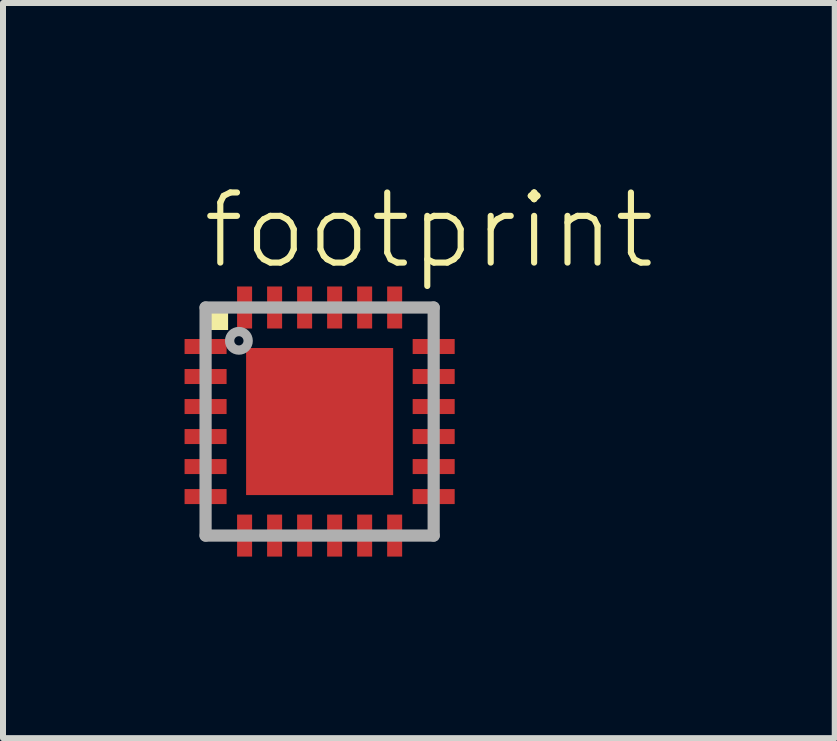
<source format=kicad_pcb>
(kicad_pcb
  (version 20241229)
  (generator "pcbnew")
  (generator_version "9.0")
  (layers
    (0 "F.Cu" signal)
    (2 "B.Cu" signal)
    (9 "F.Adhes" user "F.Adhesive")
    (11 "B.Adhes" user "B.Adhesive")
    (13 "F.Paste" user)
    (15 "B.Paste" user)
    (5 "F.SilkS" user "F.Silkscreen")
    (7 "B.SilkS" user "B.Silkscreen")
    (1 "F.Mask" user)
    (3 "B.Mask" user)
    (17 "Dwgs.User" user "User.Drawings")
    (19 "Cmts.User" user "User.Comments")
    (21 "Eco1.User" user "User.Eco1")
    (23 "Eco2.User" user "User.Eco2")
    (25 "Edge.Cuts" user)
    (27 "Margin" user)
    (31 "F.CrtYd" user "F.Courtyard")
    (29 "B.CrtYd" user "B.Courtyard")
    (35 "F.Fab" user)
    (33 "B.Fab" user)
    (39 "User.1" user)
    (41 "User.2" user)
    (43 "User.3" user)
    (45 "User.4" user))
  (footprint "footprint"
    (layer "F.Cu")
    (at 2.275 3.973)
    (property "Reference" "footprint" (at -2 -2.5 0) (layer "F.SilkS") (effects (font (size 1.168 1.168) (thickness 0.102)) (justify left bottom)))
    (fp_poly (pts (xy -2.275 -1.1) (xy -1.525 -1.1) (xy -1.525 -1.4) (xy -2.275 -1.4)) (stroke (width 0) (type solid)) (fill yes) (layer "F.Mask"))
    (fp_poly (pts (xy -2.275 -0.6) (xy -1.525 -0.6) (xy -1.525 -0.9) (xy -2.275 -0.9)) (stroke (width 0) (type solid)) (fill yes) (layer "F.Mask"))
    (fp_poly (pts (xy -2.275 -0.1) (xy -1.525 -0.1) (xy -1.525 -0.4) (xy -2.275 -0.4)) (stroke (width 0) (type solid)) (fill yes) (layer "F.Mask"))
    (fp_poly (pts (xy -2.275 0.4) (xy -1.525 0.4) (xy -1.525 0.1) (xy -2.275 0.1)) (stroke (width 0) (type solid)) (fill yes) (layer "F.Mask"))
    (fp_poly (pts (xy -2.275 0.9) (xy -1.525 0.9) (xy -1.525 0.6) (xy -2.275 0.6)) (stroke (width 0) (type solid)) (fill yes) (layer "F.Mask"))
    (fp_poly (pts (xy -2.275 1.4) (xy -1.525 1.4) (xy -1.525 1.1) (xy -2.275 1.1)) (stroke (width 0) (type solid)) (fill yes) (layer "F.Mask"))
    (fp_poly (pts (xy -1.4 -2.275) (xy -1.4 -1.525) (xy -1.1 -1.525) (xy -1.1 -2.275)) (stroke (width 0) (type solid)) (fill yes) (layer "F.Mask"))
    (fp_poly (pts (xy -1.1 2.275) (xy -1.1 1.525) (xy -1.4 1.525) (xy -1.4 2.275)) (stroke (width 0) (type solid)) (fill yes) (layer "F.Mask"))
    (fp_poly (pts (xy -0.9 -2.275) (xy -0.9 -1.525) (xy -0.6 -1.525) (xy -0.6 -2.275)) (stroke (width 0) (type solid)) (fill yes) (layer "F.Mask"))
    (fp_poly (pts (xy -0.6 2.275) (xy -0.6 1.525) (xy -0.9 1.525) (xy -0.9 2.275)) (stroke (width 0) (type solid)) (fill yes) (layer "F.Mask"))
    (fp_poly (pts (xy -0.4 -2.275) (xy -0.4 -1.525) (xy -0.1 -1.525) (xy -0.1 -2.275)) (stroke (width 0) (type solid)) (fill yes) (layer "F.Mask"))
    (fp_poly (pts (xy -0.1 2.275) (xy -0.1 1.525) (xy -0.4 1.525) (xy -0.4 2.275)) (stroke (width 0) (type solid)) (fill yes) (layer "F.Mask"))
    (fp_poly (pts (xy 0.1 -2.275) (xy 0.1 -1.525) (xy 0.4 -1.525) (xy 0.4 -2.275)) (stroke (width 0) (type solid)) (fill yes) (layer "F.Mask"))
    (fp_poly (pts (xy 0.4 2.275) (xy 0.4 1.525) (xy 0.1 1.525) (xy 0.1 2.275)) (stroke (width 0) (type solid)) (fill yes) (layer "F.Mask"))
    (fp_poly (pts (xy 0.6 -2.275) (xy 0.6 -1.525) (xy 0.9 -1.525) (xy 0.9 -2.275)) (stroke (width 0) (type solid)) (fill yes) (layer "F.Mask"))
    (fp_poly (pts (xy 0.9 2.275) (xy 0.9 1.525) (xy 0.6 1.525) (xy 0.6 2.275)) (stroke (width 0) (type solid)) (fill yes) (layer "F.Mask"))
    (fp_poly (pts (xy 1.1 -2.275) (xy 1.1 -1.525) (xy 1.4 -1.525) (xy 1.4 -2.275)) (stroke (width 0) (type solid)) (fill yes) (layer "F.Mask"))
    (fp_poly (pts (xy 1.4 2.275) (xy 1.4 1.525) (xy 1.1 1.525) (xy 1.1 2.275)) (stroke (width 0) (type solid)) (fill yes) (layer "F.Mask"))
    (fp_poly (pts (xy 2.275 -1.4) (xy 1.525 -1.4) (xy 1.525 -1.1) (xy 2.275 -1.1)) (stroke (width 0) (type solid)) (fill yes) (layer "F.Mask"))
    (fp_poly (pts (xy 2.275 -0.9) (xy 1.525 -0.9) (xy 1.525 -0.6) (xy 2.275 -0.6)) (stroke (width 0) (type solid)) (fill yes) (layer "F.Mask"))
    (fp_poly (pts (xy 2.275 -0.4) (xy 1.525 -0.4) (xy 1.525 -0.1) (xy 2.275 -0.1)) (stroke (width 0) (type solid)) (fill yes) (layer "F.Mask"))
    (fp_poly (pts (xy 2.275 0.1) (xy 1.525 0.1) (xy 1.525 0.4) (xy 2.275 0.4)) (stroke (width 0) (type solid)) (fill yes) (layer "F.Mask"))
    (fp_poly (pts (xy 2.275 0.6) (xy 1.525 0.6) (xy 1.525 0.9) (xy 2.275 0.9)) (stroke (width 0) (type solid)) (fill yes) (layer "F.Mask"))
    (fp_poly (pts (xy 2.275 1.1) (xy 1.525 1.1) (xy 1.525 1.4) (xy 2.275 1.4)) (stroke (width 0) (type solid)) (fill yes) (layer "F.Mask"))
    (fp_poly (pts (xy 1.077 -1.182) (xy 1.084 -1.127) (xy 1.1 -1.099) (xy 1.277 -1.014) (xy 1.277 1.277) (xy -1.277 1.277) (xy -1.277 -1.277) (xy 1.077 -1.277)) (stroke (width 0) (type solid)) (fill yes) (layer "F.Mask"))
    (fp_poly (pts (xy -1.95 -1.525) (xy -1.525 -1.525) (xy -1.525 -1.975) (xy -1.95 -1.975)) (stroke (width 0) (type solid)) (fill yes) (layer "F.SilkS"))
    (fp_poly (pts (xy -2.2 -1.15) (xy -1.575 -1.15) (xy -1.575 -1.35) (xy -2.2 -1.35)) (stroke (width 0) (type solid)) (fill yes) (layer "F.Paste"))
    (fp_poly (pts (xy -2.2 -0.65) (xy -1.575 -0.65) (xy -1.575 -0.85) (xy -2.2 -0.85)) (stroke (width 0) (type solid)) (fill yes) (layer "F.Paste"))
    (fp_poly (pts (xy -2.2 -0.15) (xy -1.575 -0.15) (xy -1.575 -0.35) (xy -2.2 -0.35)) (stroke (width 0) (type solid)) (fill yes) (layer "F.Paste"))
    (fp_poly (pts (xy -2.2 0.35) (xy -1.575 0.35) (xy -1.575 0.15) (xy -2.2 0.15)) (stroke (width 0) (type solid)) (fill yes) (layer "F.Paste"))
    (fp_poly (pts (xy -2.2 0.85) (xy -1.575 0.85) (xy -1.575 0.65) (xy -2.2 0.65)) (stroke (width 0) (type solid)) (fill yes) (layer "F.Paste"))
    (fp_poly (pts (xy -2.2 1.35) (xy -1.575 1.35) (xy -1.575 1.15) (xy -2.2 1.15)) (stroke (width 0) (type solid)) (fill yes) (layer "F.Paste"))
    (fp_poly (pts (xy -1.35 -2.2) (xy -1.35 -1.575) (xy -1.15 -1.575) (xy -1.15 -2.2)) (stroke (width 0) (type solid)) (fill yes) (layer "F.Paste"))
    (fp_poly (pts (xy -1.15 2.2) (xy -1.15 1.575) (xy -1.35 1.575) (xy -1.35 2.2)) (stroke (width 0) (type solid)) (fill yes) (layer "F.Paste"))
    (fp_poly (pts (xy -0.85 -2.2) (xy -0.85 -1.575) (xy -0.65 -1.575) (xy -0.65 -2.2)) (stroke (width 0) (type solid)) (fill yes) (layer "F.Paste"))
    (fp_poly (pts (xy -0.65 2.2) (xy -0.65 1.575) (xy -0.85 1.575) (xy -0.85 2.2)) (stroke (width 0) (type solid)) (fill yes) (layer "F.Paste"))
    (fp_poly (pts (xy -0.35 -2.2) (xy -0.35 -1.575) (xy -0.15 -1.575) (xy -0.15 -2.2)) (stroke (width 0) (type solid)) (fill yes) (layer "F.Paste"))
    (fp_poly (pts (xy -0.15 2.2) (xy -0.15 1.575) (xy -0.35 1.575) (xy -0.35 2.2)) (stroke (width 0) (type solid)) (fill yes) (layer "F.Paste"))
    (fp_poly (pts (xy 0.15 -2.2) (xy 0.15 -1.575) (xy 0.35 -1.575) (xy 0.35 -2.2)) (stroke (width 0) (type solid)) (fill yes) (layer "F.Paste"))
    (fp_poly (pts (xy 0.35 2.2) (xy 0.35 1.575) (xy 0.15 1.575) (xy 0.15 2.2)) (stroke (width 0) (type solid)) (fill yes) (layer "F.Paste"))
    (fp_poly (pts (xy 0.65 -2.2) (xy 0.65 -1.575) (xy 0.85 -1.575) (xy 0.85 -2.2)) (stroke (width 0) (type solid)) (fill yes) (layer "F.Paste"))
    (fp_poly (pts (xy 0.85 2.2) (xy 0.85 1.575) (xy 0.65 1.575) (xy 0.65 2.2)) (stroke (width 0) (type solid)) (fill yes) (layer "F.Paste"))
    (fp_poly (pts (xy 1.102 1.102) (xy -1.102 1.102) (xy -1.102 -1.102) (xy 1.102 -1.102)) (stroke (width 0) (type solid)) (fill yes) (layer "F.Paste"))
    (fp_poly (pts (xy 1.15 -2.2) (xy 1.15 -1.575) (xy 1.35 -1.575) (xy 1.35 -2.2)) (stroke (width 0) (type solid)) (fill yes) (layer "F.Paste"))
    (fp_poly (pts (xy 1.35 2.2) (xy 1.35 1.575) (xy 1.15 1.575) (xy 1.15 2.2)) (stroke (width 0) (type solid)) (fill yes) (layer "F.Paste"))
    (fp_poly (pts (xy 2.2 -1.35) (xy 1.575 -1.35) (xy 1.575 -1.15) (xy 2.2 -1.15)) (stroke (width 0) (type solid)) (fill yes) (layer "F.Paste"))
    (fp_poly (pts (xy 2.2 -0.85) (xy 1.575 -0.85) (xy 1.575 -0.65) (xy 2.2 -0.65)) (stroke (width 0) (type solid)) (fill yes) (layer "F.Paste"))
    (fp_poly (pts (xy 2.2 -0.35) (xy 1.575 -0.35) (xy 1.575 -0.15) (xy 2.2 -0.15)) (stroke (width 0) (type solid)) (fill yes) (layer "F.Paste"))
    (fp_poly (pts (xy 2.2 0.15) (xy 1.575 0.15) (xy 1.575 0.35) (xy 2.2 0.35)) (stroke (width 0) (type solid)) (fill yes) (layer "F.Paste"))
    (fp_poly (pts (xy 2.2 0.65) (xy 1.575 0.65) (xy 1.575 0.85) (xy 2.2 0.85)) (stroke (width 0) (type solid)) (fill yes) (layer "F.Paste"))
    (fp_poly (pts (xy 2.2 1.15) (xy 1.575 1.15) (xy 1.575 1.35) (xy 2.2 1.35)) (stroke (width 0) (type solid)) (fill yes) (layer "F.Paste"))
    (fp_line (start -1.9 -1.9) (end -1.9 1.9) (stroke (width 0.203) (type solid)) (layer "F.Fab"))
    (fp_line (start -1.9 1.9) (end 1.9 1.9) (stroke (width 0.203) (type solid)) (layer "F.Fab"))
    (fp_line (start 1.9 -1.9) (end -1.9 -1.9) (stroke (width 0.203) (type solid)) (layer "F.Fab"))
    (fp_line (start 1.9 1.9) (end 1.9 -1.9) (stroke (width 0.203) (type solid)) (layer "F.Fab"))
    (fp_circle (center -1.345 -1.345) (end -1.268 -1.345) (stroke (width 0.155) (type solid)) (fill no) (layer "F.Fab"))
    (pad "1" smd rect (at -1.9 -1.25) (size 0.7 0.25) (layers "F.Cu"))
    (pad "2" smd rect (at -1.9 -0.75) (size 0.7 0.25) (layers "F.Cu"))
    (pad "3" smd rect (at -1.9 -0.25) (size 0.7 0.25) (layers "F.Cu"))
    (pad "4" smd rect (at -1.9 0.25) (size 0.7 0.25) (layers "F.Cu"))
    (pad "5" smd rect (at -1.9 0.75) (size 0.7 0.25) (layers "F.Cu"))
    (pad "6" smd rect (at -1.9 1.25) (size 0.7 0.25) (layers "F.Cu"))
    (pad "7" smd rect (at -1.25 1.9 90) (size 0.7 0.25) (layers "F.Cu"))
    (pad "8" smd rect (at -0.75 1.9 90) (size 0.7 0.25) (layers "F.Cu"))
    (pad "9" smd rect (at -0.25 1.9 90) (size 0.7 0.25) (layers "F.Cu"))
    (pad "10" smd rect (at 0.25 1.9 90) (size 0.7 0.25) (layers "F.Cu"))
    (pad "11" smd rect (at 0.75 1.9 90) (size 0.7 0.25) (layers "F.Cu"))
    (pad "12" smd rect (at 1.25 1.9 90) (size 0.7 0.25) (layers "F.Cu"))
    (pad "13" smd rect (at 1.9 1.25 180) (size 0.7 0.25) (layers "F.Cu"))
    (pad "14" smd rect (at 1.9 0.75 180) (size 0.7 0.25) (layers "F.Cu"))
    (pad "15" smd rect (at 1.9 0.25 180) (size 0.7 0.25) (layers "F.Cu"))
    (pad "16" smd rect (at 1.9 -0.25 180) (size 0.7 0.25) (layers "F.Cu"))
    (pad "17" smd rect (at 1.9 -0.75 180) (size 0.7 0.25) (layers "F.Cu"))
    (pad "18" smd rect (at 1.9 -1.25 180) (size 0.7 0.25) (layers "F.Cu"))
    (pad "19" smd rect (at 1.25 -1.9 270) (size 0.7 0.25) (layers "F.Cu"))
    (pad "20" smd rect (at 0.75 -1.9 270) (size 0.7 0.25) (layers "F.Cu"))
    (pad "21" smd rect (at 0.25 -1.9 270) (size 0.7 0.25) (layers "F.Cu"))
    (pad "22" smd rect (at -0.25 -1.9 270) (size 0.7 0.25) (layers "F.Cu"))
    (pad "23" smd rect (at -0.75 -1.9 270) (size 0.7 0.25) (layers "F.Cu"))
    (pad "24" smd rect (at -1.25 -1.9 270) (size 0.7 0.25) (layers "F.Cu"))
    (pad "EXP" smd rect (at 0 0) (size 2.45 2.45) (layers "F.Cu")))
  (gr_rect
    (start -3 -3)
    (end 10.857 9.248)
    (stroke (width 0.1) (type default))
    (fill no)
    (layer "Edge.Cuts")))
</source>
